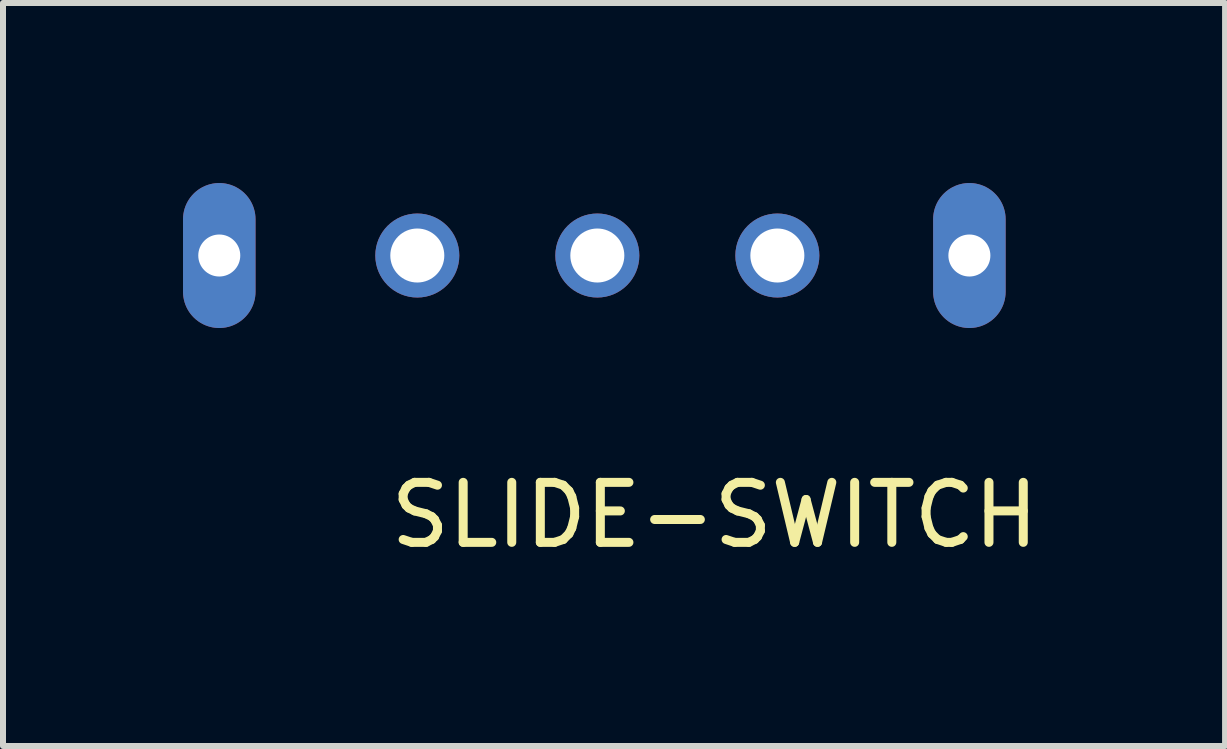
<source format=kicad_pcb>
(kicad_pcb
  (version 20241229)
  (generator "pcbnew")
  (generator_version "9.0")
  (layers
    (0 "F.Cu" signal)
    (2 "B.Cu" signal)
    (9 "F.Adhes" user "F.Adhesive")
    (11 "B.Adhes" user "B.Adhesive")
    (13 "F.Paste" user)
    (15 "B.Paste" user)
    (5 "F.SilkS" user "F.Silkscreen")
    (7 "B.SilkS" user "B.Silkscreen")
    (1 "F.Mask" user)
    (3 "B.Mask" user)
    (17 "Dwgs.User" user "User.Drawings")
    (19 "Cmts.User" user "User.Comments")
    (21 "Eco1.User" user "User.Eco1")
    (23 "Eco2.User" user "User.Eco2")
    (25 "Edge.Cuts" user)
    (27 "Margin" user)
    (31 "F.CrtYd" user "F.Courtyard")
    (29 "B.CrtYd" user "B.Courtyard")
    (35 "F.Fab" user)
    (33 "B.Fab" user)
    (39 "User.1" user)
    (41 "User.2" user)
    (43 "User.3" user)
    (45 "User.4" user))
  (footprint "SLIDE-SWITCH"
    (layer "F.Cu")
    (at 0.604 2.358)
    (property "Reference" "SLIDE-SWITCH" (at 8.255 3.175 0) (layer "F.SilkS") (effects (font (size 1 1) (thickness 0.15))))
    (attr through_hole)
    (pad "1" thru_hole circle (at 3.3 -1.15) (size 1.4 1.4) (drill 0.9) (layers "*.Cu" "*.Mask"))
    (pad "2" thru_hole circle (at 6.3 -1.15) (size 1.4 1.4) (drill 0.9) (layers "*.Cu" "*.Mask"))
    (pad "3" thru_hole circle (at 9.3 -1.15) (size 1.4 1.4) (drill 0.9) (layers "*.Cu" "*.Mask"))
    (pad "P$4" thru_hole oval (at 0 -1.15) (size 1.208 2.416) (drill 0.7) (layers "*.Cu" "*.Mask"))
    (pad "P$5" thru_hole oval (at 12.5 -1.15) (size 1.208 2.416) (drill 0.7) (layers "*.Cu" "*.Mask")))
  (gr_rect
    (start -3 -3)
    (end 17.365 9.381)
    (stroke (width 0.1) (type default))
    (fill no)
    (layer "Edge.Cuts")))
</source>
